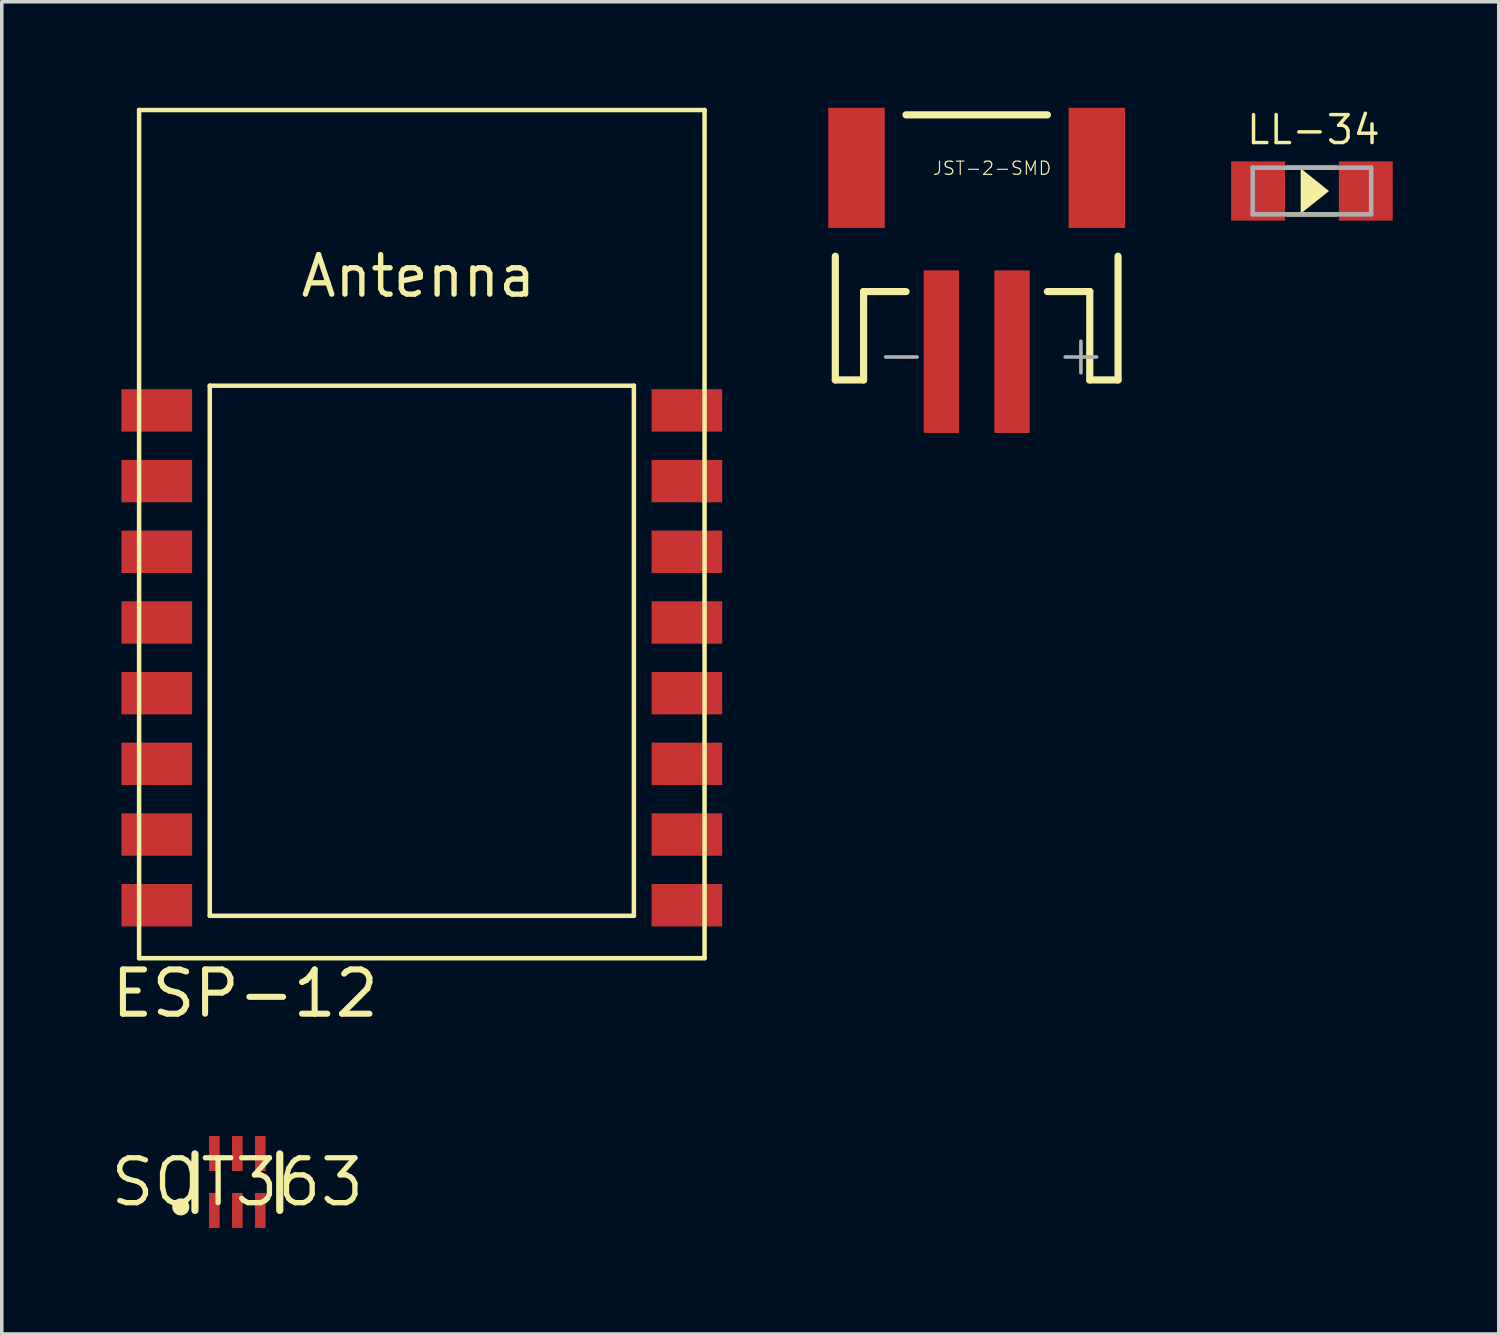
<source format=kicad_pcb>
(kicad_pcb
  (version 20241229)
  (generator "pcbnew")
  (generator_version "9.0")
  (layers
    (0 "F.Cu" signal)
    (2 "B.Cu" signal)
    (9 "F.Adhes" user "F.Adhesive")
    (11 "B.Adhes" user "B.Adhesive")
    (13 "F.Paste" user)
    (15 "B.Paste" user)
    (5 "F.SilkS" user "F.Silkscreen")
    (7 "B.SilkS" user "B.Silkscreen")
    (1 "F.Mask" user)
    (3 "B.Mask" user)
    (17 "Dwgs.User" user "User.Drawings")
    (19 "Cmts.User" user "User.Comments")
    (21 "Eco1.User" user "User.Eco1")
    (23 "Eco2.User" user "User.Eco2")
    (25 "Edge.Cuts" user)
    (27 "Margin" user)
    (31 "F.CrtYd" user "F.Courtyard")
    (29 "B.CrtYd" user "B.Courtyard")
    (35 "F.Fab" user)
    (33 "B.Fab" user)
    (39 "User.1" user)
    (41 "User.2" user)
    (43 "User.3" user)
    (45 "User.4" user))
  (footprint "SOT363"
    (layer "F.Cu")
    (at 3.666 30.4)
    (property "Reference" "SOT363" (at 0 0 0) (layer "F.SilkS") (effects (font (size 1.27 1.27) (thickness 0.15))))
    (fp_line (start -1.6 0.7) (end -1.5 0.7) (stroke (width 0.127) (type solid)) (layer "F.SilkS"))
    (fp_line (start -1.5 0.7) (end -1.5 0.8) (stroke (width 0.127) (type solid)) (layer "F.SilkS"))
    (fp_line (start -1.2 0.8) (end -1.2 -0.8) (stroke (width 0.203) (type solid)) (layer "F.SilkS"))
    (fp_line (start 1.2 0.8) (end 1.2 -0.8) (stroke (width 0.203) (type solid)) (layer "F.SilkS"))
    (fp_circle (center -1.6 0.7) (end -1.459 0.7) (stroke (width 0.203) (type solid)) (fill no) (layer "F.SilkS"))
    (pad "1" smd rect (at -0.65 0.8 90) (size 0.99 0.3) (layers "F.Cu" "F.Mask" "F.Paste"))
    (pad "2" smd rect (at 0 0.8 90) (size 0.99 0.3) (layers "F.Cu" "F.Mask" "F.Paste"))
    (pad "3" smd rect (at 0.65 0.8 90) (size 0.99 0.3) (layers "F.Cu" "F.Mask" "F.Paste"))
    (pad "4" smd rect (at 0.65 -0.81 90) (size 0.99 0.3) (layers "F.Cu" "F.Mask" "F.Paste"))
    (pad "5" smd rect (at 0 -0.81 90) (size 0.99 0.3) (layers "F.Cu" "F.Mask" "F.Paste"))
    (pad "6" smd rect (at -0.65 -0.81 90) (size 0.99 0.3) (layers "F.Cu" "F.Mask" "F.Paste")))
  (footprint "ESP-12"
    (layer "F.Cu")
    (at 8.886 13.063)
    (property "Reference" "ESP-12" (at -5 12 0) (unlocked yes) (layer "F.SilkS") (effects (font (size 1.252 1.252) (thickness 0.171))))
    (fp_line (start -8 -13) (end 8 -13) (stroke (width 0.127) (type solid)) (layer "F.SilkS"))
    (fp_line (start -8 11) (end -8 -13) (stroke (width 0.127) (type solid)) (layer "F.SilkS"))
    (fp_line (start -6 -5.2) (end 6 -5.2) (stroke (width 0.127) (type solid)) (layer "F.SilkS"))
    (fp_line (start -6 9.8) (end -6 -5.2) (stroke (width 0.127) (type solid)) (layer "F.SilkS"))
    (fp_line (start 6 -5.2) (end 6 9.8) (stroke (width 0.127) (type solid)) (layer "F.SilkS"))
    (fp_line (start 6 9.8) (end -6 9.8) (stroke (width 0.127) (type solid)) (layer "F.SilkS"))
    (fp_line (start 8 -13) (end 8 11) (stroke (width 0.127) (type solid)) (layer "F.SilkS"))
    (fp_line (start 8 11) (end -8 11) (stroke (width 0.127) (type solid)) (layer "F.SilkS"))
    (fp_text user "Antenna" (at -0.1 -8.3 0) (unlocked yes) (layer "F.SilkS") (effects (font (size 1.118 1.118) (thickness 0.152))))
    (pad "1" smd rect (at -7.5 -4.5) (size 2 1.2) (layers "F.Cu" "F.Mask" "F.Paste"))
    (pad "2" smd rect (at -7.5 -2.5) (size 2 1.2) (layers "F.Cu" "F.Mask" "F.Paste"))
    (pad "3" smd rect (at -7.5 -0.5) (size 2 1.2) (layers "F.Cu" "F.Mask" "F.Paste"))
    (pad "4" smd rect (at -7.5 1.5) (size 2 1.2) (layers "F.Cu" "F.Mask" "F.Paste"))
    (pad "5" smd rect (at -7.5 3.5) (size 2 1.2) (layers "F.Cu" "F.Mask" "F.Paste"))
    (pad "6" smd rect (at -7.5 5.5) (size 2 1.2) (layers "F.Cu" "F.Mask" "F.Paste"))
    (pad "7" smd rect (at -7.5 7.5) (size 2 1.2) (layers "F.Cu" "F.Mask" "F.Paste"))
    (pad "8" smd rect (at -7.5 9.5) (size 2 1.2) (layers "F.Cu" "F.Mask" "F.Paste"))
    (pad "9" smd rect (at 7.5 9.5) (size 2 1.2) (layers "F.Cu" "F.Mask" "F.Paste"))
    (pad "10" smd rect (at 7.5 7.5) (size 2 1.2) (layers "F.Cu" "F.Mask" "F.Paste"))
    (pad "11" smd rect (at 7.5 5.5) (size 2 1.2) (layers "F.Cu" "F.Mask" "F.Paste"))
    (pad "12" smd rect (at 7.5 3.5) (size 2 1.2) (layers "F.Cu" "F.Mask" "F.Paste"))
    (pad "13" smd rect (at 7.5 1.5) (size 2 1.2) (layers "F.Cu" "F.Mask" "F.Paste"))
    (pad "14" smd rect (at 7.5 -0.5) (size 2 1.2) (layers "F.Cu" "F.Mask" "F.Paste"))
    (pad "15" smd rect (at 7.5 -2.5) (size 2 1.2) (layers "F.Cu" "F.Mask" "F.Paste"))
    (pad "16" smd rect (at 7.5 -4.5) (size 2 1.2) (layers "F.Cu" "F.Mask" "F.Paste"))
    (zone (net_name "") (layer "F.Cu") (hatch edge 0.5) (connect_pads) (min_thickness 0.25) (filled_areas_thickness no) (keepout (tracks not_allowed) (vias not_allowed) (pads not_allowed) (copperpour not_allowed) (footprints allowed)) (placement (enabled no)) (fill) (polygon (pts (xy 0.886 7.064) (xy 16.886 7.064) (xy 16.886 0.064) (xy 0.886 0.064))))
    (zone (net_name "") (layer "B.Cu") (hatch edge 0.5) (connect_pads) (min_thickness 0.25) (filled_areas_thickness no) (keepout (tracks not_allowed) (vias not_allowed) (pads not_allowed) (copperpour not_allowed) (footprints allowed)) (placement (enabled no)) (fill) (polygon (pts (xy 0.886 7.064) (xy 16.886 7.064) (xy 16.886 0.064) (xy 0.886 0.064)))))
  (footprint "LL-34"
    (layer "F.Cu")
    (at 34.072 2.355)
    (property "Reference" "LL-34" (at -1.905 -1.27 0) (unlocked yes) (layer "F.SilkS") (effects (font (size 0.791 0.791) (thickness 0.098)) (justify left bottom)))
    (fp_line (start -0.7 -0.66) (end 0.7 -0.66) (stroke (width 0.127) (type solid)) (layer "F.SilkS"))
    (fp_line (start -0.7 0.66) (end 0.7 0.66) (stroke (width 0.127) (type solid)) (layer "F.SilkS"))
    (fp_poly (pts (xy 0.483 0) (xy -0.318 0.64) (xy -0.318 -0.64)) (stroke (width 0) (type default)) (fill yes) (layer "F.SilkS"))
    (fp_line (start -1.676 -0.66) (end 1.676 -0.66) (stroke (width 0.127) (type solid)) (layer "F.Fab"))
    (fp_line (start -1.676 0.66) (end -1.676 -0.66) (stroke (width 0.127) (type solid)) (layer "F.Fab"))
    (fp_line (start 1.676 -0.66) (end 1.676 0.66) (stroke (width 0.127) (type solid)) (layer "F.Fab"))
    (fp_line (start 1.676 0.66) (end -1.676 0.66) (stroke (width 0.127) (type solid)) (layer "F.Fab"))
    (pad "A" smd rect (at -1.524 0 180) (size 1.524 1.676) (layers "F.Cu" "F.Mask" "F.Paste"))
    (pad "C" smd rect (at 1.524 0 180) (size 1.524 1.676) (layers "F.Cu" "F.Mask" "F.Paste")))
  (footprint "JST-2-SMD"
    (layer "F.Cu")
    (at 24.586 3.2)
    (property "Reference" "JST-2-SMD" (at -1.27 -1.27 0) (unlocked yes) (layer "F.SilkS") (effects (font (size 0.374 0.374) (thickness 0.033)) (justify left bottom)))
    (fp_line (start -4 1) (end -4 4.5) (stroke (width 0.203) (type solid)) (layer "F.SilkS"))
    (fp_line (start -4 4.5) (end -3.2 4.5) (stroke (width 0.203) (type solid)) (layer "F.SilkS"))
    (fp_line (start -3.2 2) (end -2 2) (stroke (width 0.203) (type solid)) (layer "F.SilkS"))
    (fp_line (start -3.2 4.5) (end -3.2 2) (stroke (width 0.203) (type solid)) (layer "F.SilkS"))
    (fp_line (start 2 -3) (end -2 -3) (stroke (width 0.203) (type solid)) (layer "F.SilkS"))
    (fp_line (start 2 2) (end 3.2 2) (stroke (width 0.203) (type solid)) (layer "F.SilkS"))
    (fp_line (start 3.2 2) (end 3.2 4.5) (stroke (width 0.203) (type solid)) (layer "F.SilkS"))
    (fp_line (start 3.2 4.5) (end 4 4.5) (stroke (width 0.203) (type solid)) (layer "F.SilkS"))
    (fp_line (start 4 4.5) (end 4 1) (stroke (width 0.203) (type solid)) (layer "F.SilkS"))
    (fp_text user "-" (at -2.921 4.445 0) (unlocked yes) (layer "F.Fab") (effects (font (size 1.168 1.168) (thickness 0.102)) (justify left bottom)))
    (fp_text user "+" (at 2.159 4.445 0) (unlocked yes) (layer "F.Fab") (effects (font (size 1.168 1.168) (thickness 0.102)) (justify left bottom)))
    (pad "1" smd rect (at -1 3.7) (size 1 4.6) (layers "F.Cu" "F.Mask" "F.Paste"))
    (pad "2" smd rect (at 1 3.7) (size 1 4.6) (layers "F.Cu" "F.Mask" "F.Paste"))
    (pad "NC1" smd rect (at -3.4 -1.5 90) (size 3.4 1.6) (layers "F.Cu" "F.Mask" "F.Paste"))
    (pad "NC2" smd rect (at 3.4 -1.5 90) (size 3.4 1.6) (layers "F.Cu" "F.Mask" "F.Paste")))
  (gr_rect
    (start -3 -3)
    (end 39.358 34.695)
    (stroke (width 0.1) (type default))
    (fill no)
    (layer "Edge.Cuts")))
</source>
